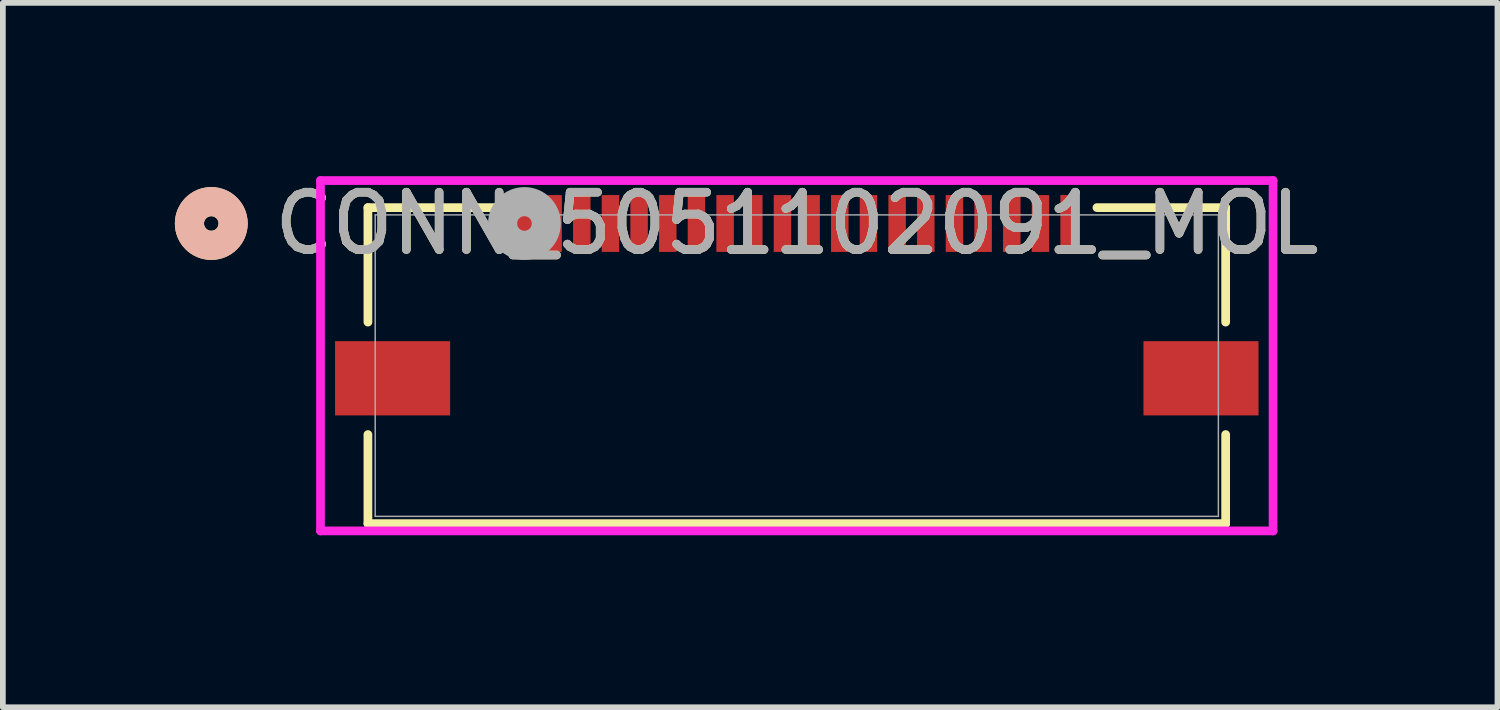
<source format=kicad_pcb>
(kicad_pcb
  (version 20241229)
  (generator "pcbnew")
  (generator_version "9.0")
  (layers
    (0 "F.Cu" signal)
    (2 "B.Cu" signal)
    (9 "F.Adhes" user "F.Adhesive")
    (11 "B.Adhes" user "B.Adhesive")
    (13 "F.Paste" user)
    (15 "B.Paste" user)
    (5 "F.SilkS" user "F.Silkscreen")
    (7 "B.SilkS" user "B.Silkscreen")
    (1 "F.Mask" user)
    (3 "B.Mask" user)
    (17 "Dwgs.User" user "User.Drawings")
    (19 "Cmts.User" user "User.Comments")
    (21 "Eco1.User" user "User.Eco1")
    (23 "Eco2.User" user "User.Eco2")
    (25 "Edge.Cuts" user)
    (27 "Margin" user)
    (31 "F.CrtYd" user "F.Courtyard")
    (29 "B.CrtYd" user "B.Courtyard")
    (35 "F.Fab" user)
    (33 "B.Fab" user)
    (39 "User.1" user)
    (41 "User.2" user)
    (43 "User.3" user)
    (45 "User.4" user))
  (footprint "CONN_5051102091_MOL"
    (layer "F.Cu")
    (at 10.847 3.327)
    (property "Reference" "CONN_5051102091_MOL" (at 0 -2.479 0) (unlocked yes) (layer "F.SilkS") (effects (font (size 1 1) (thickness 0.15))))
    (attr smd)
    (fp_line (start -7.48 -2.756) (end -7.48 -0.759) (stroke (width 0.152) (type solid)) (layer "F.SilkS"))
    (fp_line (start -7.48 1.202) (end -7.48 2.756) (stroke (width 0.152) (type solid)) (layer "F.SilkS"))
    (fp_line (start -7.48 2.756) (end 7.48 2.756) (stroke (width 0.152) (type solid)) (layer "F.SilkS"))
    (fp_line (start -5.235 -2.756) (end -7.48 -2.756) (stroke (width 0.152) (type solid)) (layer "F.SilkS"))
    (fp_line (start 7.48 -2.756) (end 5.235 -2.756) (stroke (width 0.152) (type solid)) (layer "F.SilkS"))
    (fp_line (start 7.48 -0.759) (end 7.48 -2.756) (stroke (width 0.152) (type solid)) (layer "F.SilkS"))
    (fp_line (start 7.48 2.756) (end 7.48 1.202) (stroke (width 0.152) (type solid)) (layer "F.SilkS"))
    (fp_circle (center -10.212 -2.479) (end -9.831 -2.479) (stroke (width 0.508) (type solid)) (fill no) (layer "F.SilkS"))
    (fp_circle (center -10.212 -2.479) (end -9.831 -2.479) (stroke (width 0.508) (type solid)) (fill no) (layer "B.SilkS"))
    (fp_line (start -8.307 -3.228) (end -8.307 2.883) (stroke (width 0.152) (type solid)) (layer "F.CrtYd"))
    (fp_line (start -8.307 2.883) (end 8.307 2.883) (stroke (width 0.152) (type solid)) (layer "F.CrtYd"))
    (fp_line (start 8.307 -3.228) (end -8.307 -3.228) (stroke (width 0.152) (type solid)) (layer "F.CrtYd"))
    (fp_line (start 8.307 2.883) (end 8.307 -3.228) (stroke (width 0.152) (type solid)) (layer "F.CrtYd"))
    (fp_line (start -7.353 -2.629) (end -7.353 2.629) (stroke (width 0.025) (type solid)) (layer "F.Fab"))
    (fp_line (start -7.353 2.629) (end 7.353 2.629) (stroke (width 0.025) (type solid)) (layer "F.Fab"))
    (fp_line (start 7.353 -2.629) (end -7.353 -2.629) (stroke (width 0.025) (type solid)) (layer "F.Fab"))
    (fp_line (start 7.353 2.629) (end 7.353 -2.629) (stroke (width 0.025) (type solid)) (layer "F.Fab"))
    (fp_circle (center -4.75 -2.479) (end -4.369 -2.479) (stroke (width 0.508) (type solid)) (fill no) (layer "F.Fab"))
    (fp_text user "${REFERENCE}" (at 0 -2.479 0) (unlocked yes) (layer "F.Fab") (effects (font (size 1 1) (thickness 0.15))))
    (pad "1" smd rect (at -4.75 -2.479) (size 0.305 0.991) (layers "F.Cu" "F.Mask" "F.Paste"))
    (pad "2" smd rect (at -4.25 -2.479) (size 0.305 0.991) (layers "F.Cu" "F.Mask" "F.Paste"))
    (pad "3" smd rect (at -3.75 -2.479) (size 0.305 0.991) (layers "F.Cu" "F.Mask" "F.Paste"))
    (pad "4" smd rect (at -3.25 -2.479) (size 0.305 0.991) (layers "F.Cu" "F.Mask" "F.Paste"))
    (pad "5" smd rect (at -2.75 -2.479) (size 0.305 0.991) (layers "F.Cu" "F.Mask" "F.Paste"))
    (pad "6" smd rect (at -2.25 -2.479) (size 0.305 0.991) (layers "F.Cu" "F.Mask" "F.Paste"))
    (pad "7" smd rect (at -1.75 -2.479) (size 0.305 0.991) (layers "F.Cu" "F.Mask" "F.Paste"))
    (pad "8" smd rect (at -1.25 -2.479) (size 0.305 0.991) (layers "F.Cu" "F.Mask" "F.Paste"))
    (pad "9" smd rect (at -0.75 -2.479) (size 0.305 0.991) (layers "F.Cu" "F.Mask" "F.Paste"))
    (pad "10" smd rect (at -0.25 -2.479) (size 0.305 0.991) (layers "F.Cu" "F.Mask" "F.Paste"))
    (pad "11" smd rect (at 0.25 -2.479) (size 0.305 0.991) (layers "F.Cu" "F.Mask" "F.Paste"))
    (pad "12" smd rect (at 0.75 -2.479) (size 0.305 0.991) (layers "F.Cu" "F.Mask" "F.Paste"))
    (pad "13" smd rect (at 1.25 -2.479) (size 0.305 0.991) (layers "F.Cu" "F.Mask" "F.Paste"))
    (pad "14" smd rect (at 1.75 -2.479) (size 0.305 0.991) (layers "F.Cu" "F.Mask" "F.Paste"))
    (pad "15" smd rect (at 2.25 -2.479) (size 0.305 0.991) (layers "F.Cu" "F.Mask" "F.Paste"))
    (pad "16" smd rect (at 2.75 -2.479) (size 0.305 0.991) (layers "F.Cu" "F.Mask" "F.Paste"))
    (pad "17" smd rect (at 3.25 -2.479) (size 0.305 0.991) (layers "F.Cu" "F.Mask" "F.Paste"))
    (pad "18" smd rect (at 3.75 -2.479) (size 0.305 0.991) (layers "F.Cu" "F.Mask" "F.Paste"))
    (pad "19" smd rect (at 4.25 -2.479) (size 0.305 0.991) (layers "F.Cu" "F.Mask" "F.Paste"))
    (pad "20" smd rect (at 4.75 -2.479) (size 0.305 0.991) (layers "F.Cu" "F.Mask" "F.Paste"))
    (pad "21" smd rect (at -7.05 0.221) (size 2.007 1.295) (layers "F.Cu" "F.Mask" "F.Paste"))
    (pad "22" smd rect (at 7.05 0.221) (size 2.007 1.295) (layers "F.Cu" "F.Mask" "F.Paste")))
  (gr_rect
    (start -3 -3)
    (end 23.068 9.286)
    (stroke (width 0.1) (type default))
    (fill no)
    (layer "Edge.Cuts")))
</source>
